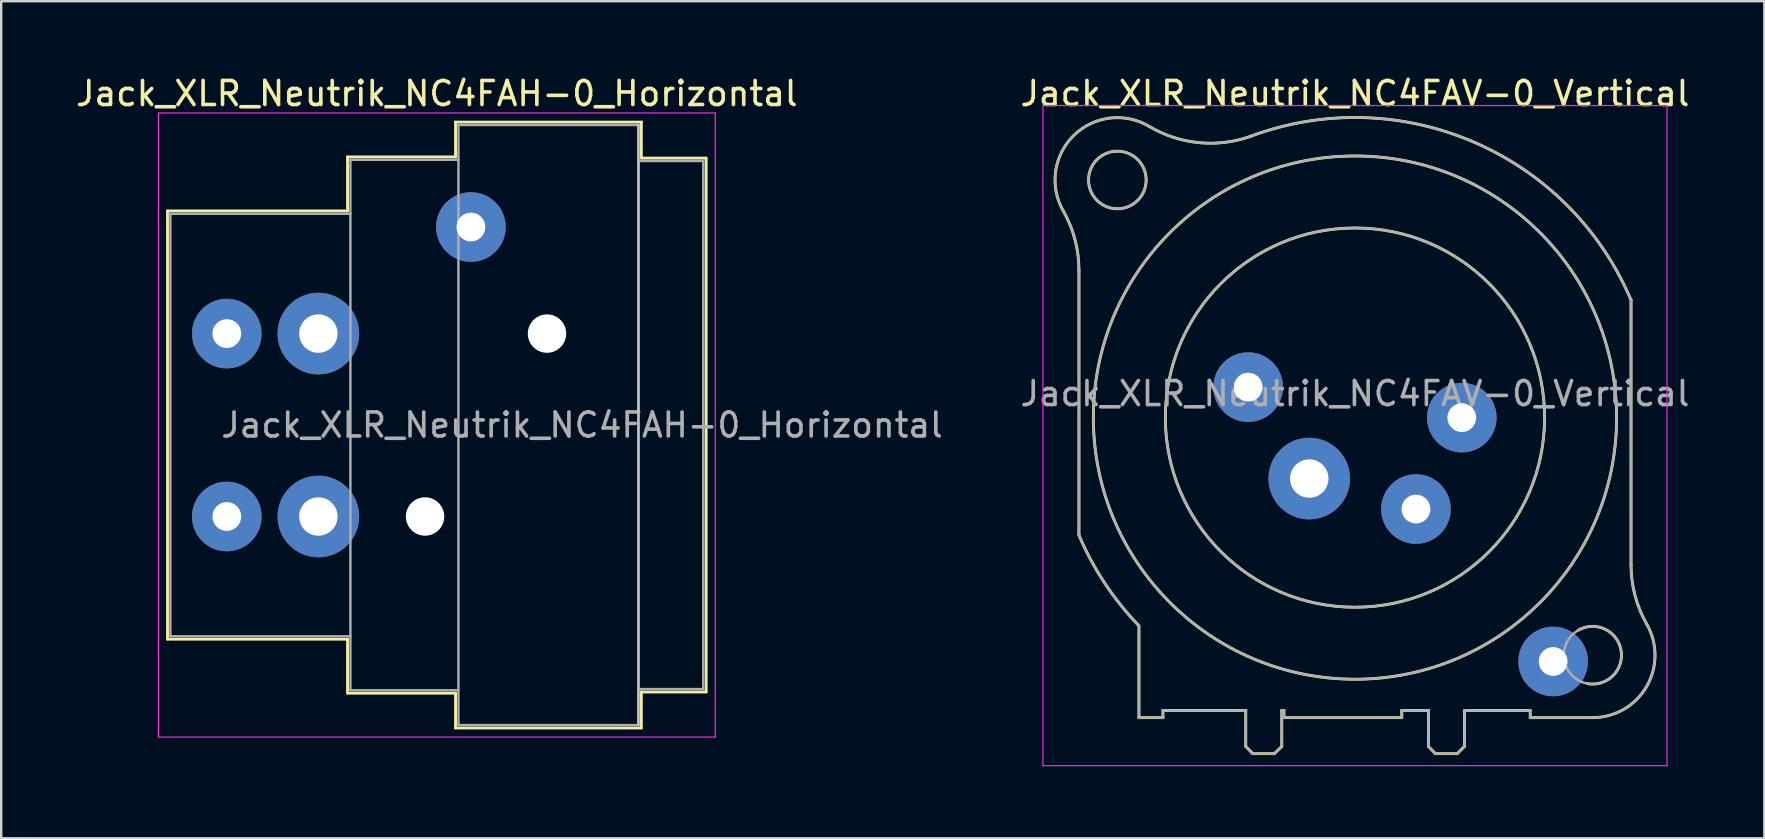
<source format=kicad_pcb>
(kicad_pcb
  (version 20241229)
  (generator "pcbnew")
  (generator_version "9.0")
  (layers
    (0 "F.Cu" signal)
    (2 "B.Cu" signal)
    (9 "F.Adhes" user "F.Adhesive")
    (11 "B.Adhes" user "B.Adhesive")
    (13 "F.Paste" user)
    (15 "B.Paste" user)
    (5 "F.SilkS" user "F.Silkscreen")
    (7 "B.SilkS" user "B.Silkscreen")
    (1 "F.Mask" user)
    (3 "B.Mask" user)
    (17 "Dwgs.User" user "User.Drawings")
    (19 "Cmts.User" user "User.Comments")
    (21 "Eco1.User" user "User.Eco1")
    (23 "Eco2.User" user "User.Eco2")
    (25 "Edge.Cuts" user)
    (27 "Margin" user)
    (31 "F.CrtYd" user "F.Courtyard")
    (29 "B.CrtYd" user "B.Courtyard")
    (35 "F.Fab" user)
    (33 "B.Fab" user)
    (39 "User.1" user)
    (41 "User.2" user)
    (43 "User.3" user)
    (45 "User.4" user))
  (footprint "Jack_XLR_Neutrik_NC4FAV-0_Vertical"
    (layer "F.Cu")
    (at 57.851 14.348)
    (property "Reference" "Jack_XLR_Neutrik_NC4FAV-0_Vertical" (at -4.45 -13.5 0) (layer "F.SilkS") (effects (font (size 1 1) (thickness 0.15))))
    (attr through_hole)
    (fp_line (start -15.95 -6.13) (end -15.95 4.9) (stroke (width 0.12) (type solid)) (layer "F.SilkS"))
    (fp_line (start -13.45 8.68) (end -13.45 12.5) (stroke (width 0.12) (type solid)) (layer "F.SilkS"))
    (fp_line (start -12.45 12.2) (end -12.45 12.5) (stroke (width 0.12) (type solid)) (layer "F.SilkS"))
    (fp_line (start -12.45 12.5) (end -13.45 12.5) (stroke (width 0.12) (type solid)) (layer "F.SilkS"))
    (fp_line (start -9 12.2) (end -12.45 12.2) (stroke (width 0.12) (type solid)) (layer "F.SilkS"))
    (fp_line (start -9 12.2) (end -9 13.7) (stroke (width 0.12) (type solid)) (layer "F.SilkS"))
    (fp_line (start -9 13.7) (end -8.71 14) (stroke (width 0.12) (type solid)) (layer "F.SilkS"))
    (fp_line (start -8.71 14) (end -7.81 14) (stroke (width 0.12) (type solid)) (layer "F.SilkS"))
    (fp_line (start -7.5 12.2) (end -7.5 13.7) (stroke (width 0.12) (type solid)) (layer "F.SilkS"))
    (fp_line (start -7.5 13.7) (end -7.81 14) (stroke (width 0.12) (type solid)) (layer "F.SilkS"))
    (fp_line (start -7.41 12.2) (end -7.5 12.2) (stroke (width 0.12) (type solid)) (layer "F.SilkS"))
    (fp_line (start -7.41 12.2) (end -7.41 12.5) (stroke (width 0.12) (type solid)) (layer "F.SilkS"))
    (fp_line (start -2.5 12.2) (end -2.5 12.5) (stroke (width 0.12) (type solid)) (layer "F.SilkS"))
    (fp_line (start -2.5 12.2) (end -1.39 12.2) (stroke (width 0.12) (type solid)) (layer "F.SilkS"))
    (fp_line (start -2.5 12.5) (end -7.41 12.5) (stroke (width 0.12) (type solid)) (layer "F.SilkS"))
    (fp_line (start -1.39 12.2) (end -1.39 13.7) (stroke (width 0.12) (type solid)) (layer "F.SilkS"))
    (fp_line (start -1.39 13.7) (end -1.1 14) (stroke (width 0.12) (type solid)) (layer "F.SilkS"))
    (fp_line (start -1.1 14) (end -0.19 14) (stroke (width 0.12) (type solid)) (layer "F.SilkS"))
    (fp_line (start 0.11 12.2) (end 0.11 13.7) (stroke (width 0.12) (type solid)) (layer "F.SilkS"))
    (fp_line (start 0.11 12.2) (end 2.85 12.2) (stroke (width 0.12) (type solid)) (layer "F.SilkS"))
    (fp_line (start 0.11 13.7) (end -0.19 14) (stroke (width 0.12) (type solid)) (layer "F.SilkS"))
    (fp_line (start 2.85 12.2) (end 2.85 12.5) (stroke (width 0.12) (type solid)) (layer "F.SilkS"))
    (fp_line (start 5.45 12.5) (end 2.85 12.5) (stroke (width 0.12) (type solid)) (layer "F.SilkS"))
    (fp_line (start 7.05 6.13) (end 7.05 -4.9) (stroke (width 0.12) (type solid)) (layer "F.SilkS"))
    (fp_arc (start -16.605678 -8.61403) (mid -16.167892 -11.753934) (end -13.02 -12.13) (stroke (width 0.12) (type solid)) (layer "F.SilkS"))
    (fp_arc (start -16.601888 -8.608607) (mid -16.114437 -7.411781) (end -15.95 -6.13) (stroke (width 0.12) (type solid)) (layer "F.SilkS"))
    (fp_arc (start -13.460471 8.664376) (mid -14.876528 6.89547) (end -15.95 4.9) (stroke (width 0.12) (type solid)) (layer "F.SilkS"))
    (fp_arc (start -8.782378 -11.725634) (mid 0.49884 -11.479067) (end 7.05 -4.9) (stroke (width 0.12) (type solid)) (layer "F.SilkS"))
    (fp_arc (start -8.765808 -11.730188) (mid -10.937772 -11.452682) (end -13.02 -12.13) (stroke (width 0.12) (type solid)) (layer "F.SilkS"))
    (fp_arc (start 4.867701 8.848226) (mid 6.637502 9.712546) (end 5.22 11.08) (stroke (width 0.12) (type solid)) (layer "F.SilkS"))
    (fp_arc (start 7.706842 8.607293) (mid 7.216999 7.411447) (end 7.05 6.13) (stroke (width 0.12) (type solid)) (layer "F.SilkS"))
    (fp_arc (start 7.708442 8.611807) (mid 7.698255 11.20589) (end 5.45 12.5) (stroke (width 0.12) (type solid)) (layer "F.SilkS"))
    (fp_circle (center -14.35 -9.9) (end -13.15 -9.9) (stroke (width 0.12) (type solid)) (fill no) (layer "F.SilkS"))
    (fp_circle (center -4.45 0) (end 3.45 0) (stroke (width 0.12) (type solid)) (fill no) (layer "F.SilkS"))
    (fp_circle (center -4.45 0) (end 6.45 0) (stroke (width 0.12) (type solid)) (fill no) (layer "F.SilkS"))
    (fp_line (start -17.45 -13) (end 8.55 -13) (stroke (width 0.05) (type solid)) (layer "F.CrtYd"))
    (fp_line (start -17.45 14.5) (end -17.45 -13) (stroke (width 0.05) (type solid)) (layer "F.CrtYd"))
    (fp_line (start 8.55 -13) (end 8.55 14.5) (stroke (width 0.05) (type solid)) (layer "F.CrtYd"))
    (fp_line (start 8.55 14.5) (end -17.45 14.5) (stroke (width 0.05) (type solid)) (layer "F.CrtYd"))
    (fp_line (start -15.95 -6.13) (end -15.95 4.9) (stroke (width 0.1) (type solid)) (layer "F.Fab"))
    (fp_line (start -13.45 8.68) (end -13.45 12.5) (stroke (width 0.1) (type solid)) (layer "F.Fab"))
    (fp_line (start -12.45 12.2) (end -12.45 12.5) (stroke (width 0.1) (type solid)) (layer "F.Fab"))
    (fp_line (start -12.45 12.5) (end -13.45 12.5) (stroke (width 0.1) (type solid)) (layer "F.Fab"))
    (fp_line (start -9 12.2) (end -12.45 12.2) (stroke (width 0.1) (type solid)) (layer "F.Fab"))
    (fp_line (start -9 12.2) (end -9 13.7) (stroke (width 0.1) (type solid)) (layer "F.Fab"))
    (fp_line (start -9 13.7) (end -8.71 14) (stroke (width 0.1) (type solid)) (layer "F.Fab"))
    (fp_line (start -8.71 14) (end -7.81 14) (stroke (width 0.1) (type solid)) (layer "F.Fab"))
    (fp_line (start -7.5 12.2) (end -7.5 13.7) (stroke (width 0.1) (type solid)) (layer "F.Fab"))
    (fp_line (start -7.5 13.7) (end -7.81 14) (stroke (width 0.1) (type solid)) (layer "F.Fab"))
    (fp_line (start -7.41 12.2) (end -7.5 12.2) (stroke (width 0.1) (type solid)) (layer "F.Fab"))
    (fp_line (start -7.41 12.2) (end -7.41 12.5) (stroke (width 0.1) (type solid)) (layer "F.Fab"))
    (fp_line (start -2.5 12.2) (end -2.5 12.5) (stroke (width 0.1) (type solid)) (layer "F.Fab"))
    (fp_line (start -2.5 12.2) (end -1.39 12.2) (stroke (width 0.1) (type solid)) (layer "F.Fab"))
    (fp_line (start -2.5 12.5) (end -7.41 12.5) (stroke (width 0.1) (type solid)) (layer "F.Fab"))
    (fp_line (start -1.39 12.2) (end -1.39 13.7) (stroke (width 0.1) (type solid)) (layer "F.Fab"))
    (fp_line (start -1.39 13.7) (end -1.1 14) (stroke (width 0.1) (type solid)) (layer "F.Fab"))
    (fp_line (start -1.1 14) (end -0.19 14) (stroke (width 0.1) (type solid)) (layer "F.Fab"))
    (fp_line (start 0.11 12.2) (end 0.11 13.7) (stroke (width 0.1) (type solid)) (layer "F.Fab"))
    (fp_line (start 0.11 12.2) (end 2.85 12.2) (stroke (width 0.1) (type solid)) (layer "F.Fab"))
    (fp_line (start 0.11 13.7) (end -0.19 14) (stroke (width 0.1) (type solid)) (layer "F.Fab"))
    (fp_line (start 2.85 12.2) (end 2.85 12.5) (stroke (width 0.1) (type solid)) (layer "F.Fab"))
    (fp_line (start 5.45 12.5) (end 2.85 12.5) (stroke (width 0.1) (type solid)) (layer "F.Fab"))
    (fp_line (start 7.05 6.13) (end 7.05 -4.9) (stroke (width 0.1) (type solid)) (layer "F.Fab"))
    (fp_arc (start -16.605678 -8.61403) (mid -16.167892 -11.753934) (end -13.02 -12.13) (stroke (width 0.1) (type solid)) (layer "F.Fab"))
    (fp_arc (start -16.601888 -8.608607) (mid -16.114437 -7.411781) (end -15.95 -6.13) (stroke (width 0.1) (type solid)) (layer "F.Fab"))
    (fp_arc (start -13.460471 8.664376) (mid -14.876528 6.89547) (end -15.95 4.9) (stroke (width 0.1) (type solid)) (layer "F.Fab"))
    (fp_arc (start -8.782378 -11.725634) (mid 0.49884 -11.479067) (end 7.05 -4.9) (stroke (width 0.1) (type solid)) (layer "F.Fab"))
    (fp_arc (start -8.765808 -11.730188) (mid -10.937772 -11.452682) (end -13.02 -12.13) (stroke (width 0.1) (type solid)) (layer "F.Fab"))
    (fp_arc (start 7.706842 8.607293) (mid 7.216999 7.411447) (end 7.05 6.13) (stroke (width 0.1) (type solid)) (layer "F.Fab"))
    (fp_arc (start 7.708442 8.611807) (mid 7.698255 11.20589) (end 5.45 12.5) (stroke (width 0.1) (type solid)) (layer "F.Fab"))
    (fp_circle (center -14.35 -9.9) (end -13.15 -9.9) (stroke (width 0.1) (type solid)) (fill no) (layer "F.Fab"))
    (fp_circle (center -4.45 0) (end 3.45 0) (stroke (width 0.1) (type solid)) (fill no) (layer "F.Fab"))
    (fp_circle (center -4.45 0) (end 6.45 0) (stroke (width 0.1) (type solid)) (fill no) (layer "F.Fab"))
    (fp_circle (center 5.45 9.9) (end 6.65 9.9) (stroke (width 0.1) (type solid)) (fill no) (layer "F.Fab"))
    (fp_text user "${REFERENCE}" (at -4.45 -1 0) (layer "F.Fab") (effects (font (size 1 1) (thickness 0.15))))
    (pad "1" thru_hole circle (at 0 0) (size 2.9 2.9) (drill 1.2) (layers "*.Cu" "*.Mask"))
    (pad "2" thru_hole circle (at -1.91 3.81) (size 2.9 2.9) (drill 1.2) (layers "*.Cu" "*.Mask"))
    (pad "3" thru_hole circle (at -6.355 2.54) (size 3.4 3.4) (drill 1.6) (layers "*.Cu" "*.Mask"))
    (pad "4" thru_hole circle (at -8.9 -1.27) (size 2.9 2.9) (drill 1.2) (layers "*.Cu" "*.Mask"))
    (pad "G" thru_hole circle (at 3.805 10.16) (size 2.9 2.9) (drill 1.2) (layers "*.Cu" "*.Mask")))
  (footprint "Jack_XLR_Neutrik_NC4FAH-0_Horizontal"
    (layer "F.Cu")
    (at 6.399 10.848)
    (property "Reference" "Jack_XLR_Neutrik_NC4FAH-0_Horizontal" (at 8.75 -10 0) (layer "F.SilkS") (effects (font (size 1 1) (thickness 0.15))))
    (attr through_hole)
    (fp_line (start -2.47 -5.11) (end -2.47 12.73) (stroke (width 0.12) (type solid)) (layer "F.SilkS"))
    (fp_line (start 5.03 -5.11) (end -2.47 -5.11) (stroke (width 0.12) (type solid)) (layer "F.SilkS"))
    (fp_line (start 5.03 -5.11) (end 5.03 -7.36) (stroke (width 0.12) (type solid)) (layer "F.SilkS"))
    (fp_line (start 5.03 12.73) (end -2.47 12.73) (stroke (width 0.12) (type solid)) (layer "F.SilkS"))
    (fp_line (start 5.03 12.73) (end 5.03 14.98) (stroke (width 0.12) (type solid)) (layer "F.SilkS"))
    (fp_line (start 9.53 -7.36) (end 5.03 -7.36) (stroke (width 0.12) (type solid)) (layer "F.SilkS"))
    (fp_line (start 9.53 -7.36) (end 9.53 -8.81) (stroke (width 0.12) (type solid)) (layer "F.SilkS"))
    (fp_line (start 9.53 14.98) (end 5.03 14.98) (stroke (width 0.12) (type solid)) (layer "F.SilkS"))
    (fp_line (start 9.53 16.43) (end 9.53 14.98) (stroke (width 0.12) (type solid)) (layer "F.SilkS"))
    (fp_line (start 17.27 -8.81) (end 9.53 -8.81) (stroke (width 0.12) (type solid)) (layer "F.SilkS"))
    (fp_line (start 17.27 -8.81) (end 17.27 -7.31) (stroke (width 0.12) (type solid)) (layer "F.SilkS"))
    (fp_line (start 17.27 -7.31) (end 19.97 -7.31) (stroke (width 0.12) (type solid)) (layer "F.SilkS"))
    (fp_line (start 17.27 14.93) (end 17.27 16.43) (stroke (width 0.12) (type solid)) (layer "F.SilkS"))
    (fp_line (start 17.27 14.93) (end 19.97 14.93) (stroke (width 0.12) (type solid)) (layer "F.SilkS"))
    (fp_line (start 17.27 16.43) (end 9.53 16.43) (stroke (width 0.12) (type solid)) (layer "F.SilkS"))
    (fp_line (start 19.97 -7.31) (end 19.97 14.93) (stroke (width 0.12) (type solid)) (layer "F.SilkS"))
    (fp_line (start 17.15 -8.69) (end 17.15 16.31) (stroke (width 0.1) (type solid)) (layer "Dwgs.User"))
    (fp_line (start -2.85 -9.19) (end -2.85 16.81) (stroke (width 0.05) (type solid)) (layer "F.CrtYd"))
    (fp_line (start 20.35 -9.19) (end -2.85 -9.19) (stroke (width 0.05) (type solid)) (layer "F.CrtYd"))
    (fp_line (start 20.35 -9.19) (end 20.35 16.81) (stroke (width 0.05) (type solid)) (layer "F.CrtYd"))
    (fp_line (start 20.35 16.81) (end -2.85 16.81) (stroke (width 0.05) (type solid)) (layer "F.CrtYd"))
    (fp_line (start -2.35 -4.99) (end -2.35 12.61) (stroke (width 0.1) (type solid)) (layer "F.Fab"))
    (fp_line (start 5.15 -4.99) (end -2.35 -4.99) (stroke (width 0.1) (type solid)) (layer "F.Fab"))
    (fp_line (start 5.15 12.61) (end -2.35 12.61) (stroke (width 0.1) (type solid)) (layer "F.Fab"))
    (fp_line (start 5.15 14.86) (end 5.15 -7.24) (stroke (width 0.1) (type solid)) (layer "F.Fab"))
    (fp_line (start 5.15 14.86) (end 9.65 14.86) (stroke (width 0.1) (type solid)) (layer "F.Fab"))
    (fp_line (start 9.65 -8.69) (end 17.15 -8.69) (stroke (width 0.1) (type solid)) (layer "F.Fab"))
    (fp_line (start 9.65 -7.24) (end 5.15 -7.24) (stroke (width 0.1) (type solid)) (layer "F.Fab"))
    (fp_line (start 9.65 16.31) (end 9.65 -8.69) (stroke (width 0.1) (type solid)) (layer "F.Fab"))
    (fp_line (start 17.15 -8.69) (end 17.15 16.31) (stroke (width 0.1) (type solid)) (layer "F.Fab"))
    (fp_line (start 17.15 -7.19) (end 19.85 -7.19) (stroke (width 0.1) (type solid)) (layer "F.Fab"))
    (fp_line (start 17.15 16.31) (end 9.65 16.31) (stroke (width 0.1) (type solid)) (layer "F.Fab"))
    (fp_line (start 19.85 -7.19) (end 19.85 14.81) (stroke (width 0.1) (type solid)) (layer "F.Fab"))
    (fp_line (start 19.85 14.81) (end 17.15 14.81) (stroke (width 0.1) (type solid)) (layer "F.Fab"))
    (fp_text user "${REFERENCE}" (at 14.8 3.81 0) (layer "F.Fab") (effects (font (size 1 1) (thickness 0.15))))
    (pad "" np_thru_hole circle (at 8.26 7.62) (size 1.6 1.6) (drill 1.6) (layers "*.Cu" "*.Mask"))
    (pad "" np_thru_hole circle (at 13.34 0) (size 1.6 1.6) (drill 1.6) (layers "*.Cu" "*.Mask"))
    (pad "1" thru_hole circle (at 0 0) (size 2.9 2.9) (drill 1.2) (layers "*.Cu" "*.Mask"))
    (pad "2" thru_hole circle (at 3.815 0) (size 3.4 3.4) (drill 1.6) (layers "*.Cu" "*.Mask"))
    (pad "3" thru_hole circle (at 3.815 7.62) (size 3.4 3.4) (drill 1.6) (layers "*.Cu" "*.Mask"))
    (pad "4" thru_hole circle (at 0 7.62) (size 2.9 2.9) (drill 1.2) (layers "*.Cu" "*.Mask"))
    (pad "G" thru_hole circle (at 10.17 -4.44) (size 2.9 2.9) (drill 1.2) (layers "*.Cu" "*.Mask")))
  (gr_rect
    (start -3 -3)
    (end 70.455 31.873)
    (stroke (width 0.1) (type default))
    (fill no)
    (layer "Edge.Cuts")))
</source>
